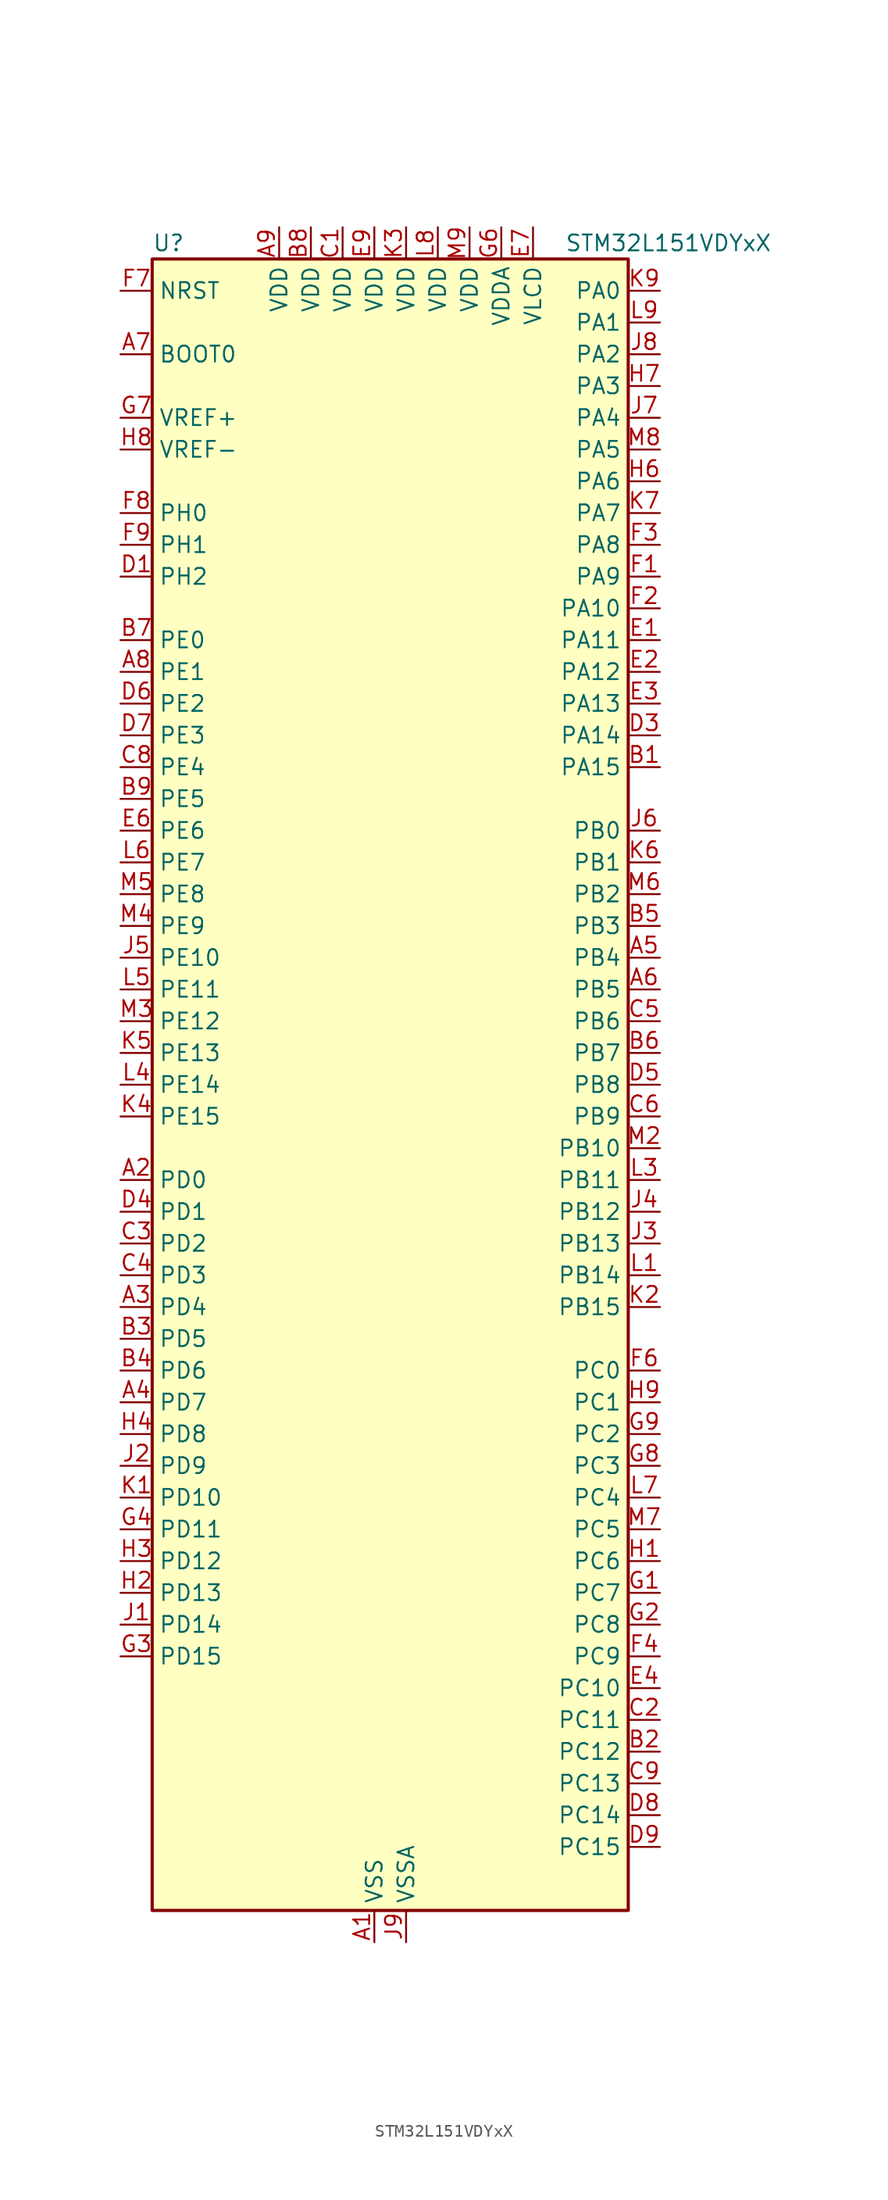
<source format=kicad_sym>
(kicad_symbol_lib
  (version 20231120)
  (generator "kicad-library-utils")
  (generator_version "8.0")
  (symbol "STM32L151VDYxX"
    (property "Reference" "U"
      (at -17.78 67.31 0)
      (effects (font (size 1.27 1.27)) (justify left)))
    (property "Value" "STM32L151VDYxX"
      (at 15.24 67.31 0)
      (effects (font (size 1.27 1.27)) (justify left)))
    (symbol "STM32L151VDYxX_0_1"
      (rectangle (start -17.78 -66.04) (end 20.32 66.04) (stroke (width 0.254) (type default)) (fill (type background))))
    (symbol "STM32L151VDYxX_1_1"
      (pin power_in line (at 0 -68.58 90) (length 2.54) (name "VSS" (effects (font (size 1.27 1.27)))) (number "A1" (effects (font (size 1.27 1.27)))))
      (pin bidirectional line (at -20.32 -7.62 0) (length 2.54) (name "PD0" (effects (font (size 1.27 1.27)))) (number "A2" (effects (font (size 1.27 1.27)))) (alternate "I2S2_WS" bidirectional line) (alternate "SPI2_NSS" bidirectional line) (alternate "TIM9_CH1" bidirectional line) (alternate "TIMX_IC1" bidirectional line))
      (pin bidirectional line (at -20.32 -17.78 0) (length 2.54) (name "PD4" (effects (font (size 1.27 1.27)))) (number "A3" (effects (font (size 1.27 1.27)))) (alternate "I2S2_SD" bidirectional line) (alternate "SPI2_MOSI" bidirectional line) (alternate "TIMX_IC1" bidirectional line) (alternate "USART2_RTS" bidirectional line))
      (pin bidirectional line (at -20.32 -25.4 0) (length 2.54) (name "PD7" (effects (font (size 1.27 1.27)))) (number "A4" (effects (font (size 1.27 1.27)))) (alternate "TIM9_CH2" bidirectional line) (alternate "TIMX_IC4" bidirectional line) (alternate "USART2_CK" bidirectional line))
      (pin bidirectional line (at 22.86 10.16 180) (length 2.54) (name "PB4" (effects (font (size 1.27 1.27)))) (number "A5" (effects (font (size 1.27 1.27)))) (alternate "COMP2_INP" bidirectional line) (alternate "SPI1_MISO" bidirectional line) (alternate "SPI3_MISO" bidirectional line) (alternate "SYS_JTRST" bidirectional line) (alternate "TIM3_CH1" bidirectional line) (alternate "TS_G6_IO1" bidirectional line))
      (pin bidirectional line (at 22.86 7.62 180) (length 2.54) (name "PB5" (effects (font (size 1.27 1.27)))) (number "A6" (effects (font (size 1.27 1.27)))) (alternate "COMP2_INP" bidirectional line) (alternate "I2C1_SMBA" bidirectional line) (alternate "I2S3_SD" bidirectional line) (alternate "SPI1_MOSI" bidirectional line) (alternate "SPI3_MOSI" bidirectional line) (alternate "TIM3_CH2" bidirectional line) (alternate "TS_G6_IO2" bidirectional line))
      (pin input line (at -20.32 58.42 0) (length 2.54) (name "BOOT0" (effects (font (size 1.27 1.27)))) (number "A7" (effects (font (size 1.27 1.27)))))
      (pin bidirectional line (at -20.32 33.02 0) (length 2.54) (name "PE1" (effects (font (size 1.27 1.27)))) (number "A8" (effects (font (size 1.27 1.27)))) (alternate "TIM11_CH1" bidirectional line) (alternate "TIMX_IC2" bidirectional line))
      (pin power_in line (at -7.62 68.58 270) (length 2.54) (name "VDD" (effects (font (size 1.27 1.27)))) (number "A9" (effects (font (size 1.27 1.27)))))
      (pin bidirectional line (at 22.86 25.4 180) (length 2.54) (name "PA15" (effects (font (size 1.27 1.27)))) (number "B1" (effects (font (size 1.27 1.27)))) (alternate "ADC_EXTI15" bidirectional line) (alternate "I2S3_WS" bidirectional line) (alternate "SPI1_NSS" bidirectional line) (alternate "SPI3_NSS" bidirectional line) (alternate "SYS_JTDI" bidirectional line) (alternate "TIM2_CH1" bidirectional line) (alternate "TIM2_ETR" bidirectional line) (alternate "TIMX_IC4" bidirectional line) (alternate "TS_G5_IO3" bidirectional line))
      (pin bidirectional line (at 22.86 -53.34 180) (length 2.54) (name "PC12" (effects (font (size 1.27 1.27)))) (number "B2" (effects (font (size 1.27 1.27)))) (alternate "I2S3_SD" bidirectional line) (alternate "SPI3_MOSI" bidirectional line) (alternate "TIMX_IC1" bidirectional line) (alternate "UART5_TX" bidirectional line) (alternate "USART3_CK" bidirectional line))
      (pin bidirectional line (at -20.32 -20.32 0) (length 2.54) (name "PD5" (effects (font (size 1.27 1.27)))) (number "B3" (effects (font (size 1.27 1.27)))) (alternate "TIMX_IC2" bidirectional line) (alternate "USART2_TX" bidirectional line))
      (pin bidirectional line (at -20.32 -22.86 0) (length 2.54) (name "PD6" (effects (font (size 1.27 1.27)))) (number "B4" (effects (font (size 1.27 1.27)))) (alternate "TIMX_IC3" bidirectional line) (alternate "USART2_RX" bidirectional line))
      (pin bidirectional line (at 22.86 12.7 180) (length 2.54) (name "PB3" (effects (font (size 1.27 1.27)))) (number "B5" (effects (font (size 1.27 1.27)))) (alternate "COMP2_INM" bidirectional line) (alternate "I2S3_CK" bidirectional line) (alternate "SPI1_SCK" bidirectional line) (alternate "SPI3_SCK" bidirectional line) (alternate "SYS_JTDO-TRACESWO" bidirectional line) (alternate "TIM2_CH2" bidirectional line))
      (pin bidirectional line (at 22.86 2.54 180) (length 2.54) (name "PB7" (effects (font (size 1.27 1.27)))) (number "B6" (effects (font (size 1.27 1.27)))) (alternate "COMP2_INP" bidirectional line) (alternate "I2C1_SDA" bidirectional line) (alternate "SYS_PVD_IN" bidirectional line) (alternate "TIM4_CH2" bidirectional line) (alternate "TS_G6_IO4" bidirectional line) (alternate "USART1_RX" bidirectional line))
      (pin bidirectional line (at -20.32 35.56 0) (length 2.54) (name "PE0" (effects (font (size 1.27 1.27)))) (number "B7" (effects (font (size 1.27 1.27)))) (alternate "TIM10_CH1" bidirectional line) (alternate "TIM4_ETR" bidirectional line) (alternate "TIMX_IC1" bidirectional line))
      (pin power_in line (at -5.08 68.58 270) (length 2.54) (name "VDD" (effects (font (size 1.27 1.27)))) (number "B8" (effects (font (size 1.27 1.27)))))
      (pin bidirectional line (at -20.32 22.86 0) (length 2.54) (name "PE5" (effects (font (size 1.27 1.27)))) (number "B9" (effects (font (size 1.27 1.27)))) (alternate "SYS_TRACED2" bidirectional line) (alternate "TIM9_CH1" bidirectional line) (alternate "TIMX_IC2" bidirectional line))
      (pin power_in line (at -2.54 68.58 270) (length 2.54) (name "VDD" (effects (font (size 1.27 1.27)))) (number "C1" (effects (font (size 1.27 1.27)))))
      (pin bidirectional line (at 22.86 -50.8 180) (length 2.54) (name "PC11" (effects (font (size 1.27 1.27)))) (number "C2" (effects (font (size 1.27 1.27)))) (alternate "ADC_EXTI11" bidirectional line) (alternate "SPI3_MISO" bidirectional line) (alternate "TIMX_IC4" bidirectional line) (alternate "UART4_RX" bidirectional line) (alternate "USART3_RX" bidirectional line))
      (pin bidirectional line (at -20.32 -12.7 0) (length 2.54) (name "PD2" (effects (font (size 1.27 1.27)))) (number "C3" (effects (font (size 1.27 1.27)))) (alternate "TIM3_ETR" bidirectional line) (alternate "TIMX_IC3" bidirectional line) (alternate "UART5_RX" bidirectional line))
      (pin bidirectional line (at -20.32 -15.24 0) (length 2.54) (name "PD3" (effects (font (size 1.27 1.27)))) (number "C4" (effects (font (size 1.27 1.27)))) (alternate "SPI2_MISO" bidirectional line) (alternate "TIMX_IC4" bidirectional line) (alternate "USART2_CTS" bidirectional line))
      (pin bidirectional line (at 22.86 5.08 180) (length 2.54) (name "PB6" (effects (font (size 1.27 1.27)))) (number "C5" (effects (font (size 1.27 1.27)))) (alternate "COMP2_INP" bidirectional line) (alternate "I2C1_SCL" bidirectional line) (alternate "TIM4_CH1" bidirectional line) (alternate "TS_G6_IO3" bidirectional line) (alternate "USART1_TX" bidirectional line))
      (pin bidirectional line (at 22.86 -2.54 180) (length 2.54) (name "PB9" (effects (font (size 1.27 1.27)))) (number "C6" (effects (font (size 1.27 1.27)))) (alternate "DAC_EXTI9" bidirectional line) (alternate "I2C1_SDA" bidirectional line) (alternate "TIM11_CH1" bidirectional line) (alternate "TIM4_CH4" bidirectional line))
      (pin passive line (at 0 -68.58 90) (length 2.54) hide (name "VSS" (effects (font (size 1.27 1.27)))) (number "C7" (effects (font (size 1.27 1.27)))))
      (pin bidirectional line (at -20.32 25.4 0) (length 2.54) (name "PE4" (effects (font (size 1.27 1.27)))) (number "C8" (effects (font (size 1.27 1.27)))) (alternate "SYS_TRACED1" bidirectional line) (alternate "TIM3_CH2" bidirectional line) (alternate "TIMX_IC1" bidirectional line))
      (pin bidirectional line (at 22.86 -55.88 180) (length 2.54) (name "PC13" (effects (font (size 1.27 1.27)))) (number "C9" (effects (font (size 1.27 1.27)))) (alternate "RTC_OUT_ALARM" bidirectional line) (alternate "RTC_OUT_CALIB" bidirectional line) (alternate "RTC_TAMP1" bidirectional line) (alternate "RTC_TS" bidirectional line) (alternate "SYS_WKUP2" bidirectional line) (alternate "TIMX_IC2" bidirectional line))
      (pin bidirectional line (at -20.32 40.64 0) (length 2.54) (name "PH2" (effects (font (size 1.27 1.27)))) (number "D1" (effects (font (size 1.27 1.27)))))
      (pin passive line (at 0 -68.58 90) (length 2.54) hide (name "VSS" (effects (font (size 1.27 1.27)))) (number "D2" (effects (font (size 1.27 1.27)))))
      (pin bidirectional line (at 22.86 27.94 180) (length 2.54) (name "PA14" (effects (font (size 1.27 1.27)))) (number "D3" (effects (font (size 1.27 1.27)))) (alternate "SYS_JTCK-SWCLK" bidirectional line) (alternate "TIMX_IC3" bidirectional line) (alternate "TS_G5_IO2" bidirectional line))
      (pin bidirectional line (at -20.32 -10.16 0) (length 2.54) (name "PD1" (effects (font (size 1.27 1.27)))) (number "D4" (effects (font (size 1.27 1.27)))) (alternate "I2S2_CK" bidirectional line) (alternate "SPI2_SCK" bidirectional line) (alternate "TIMX_IC2" bidirectional line))
      (pin bidirectional line (at 22.86 0 180) (length 2.54) (name "PB8" (effects (font (size 1.27 1.27)))) (number "D5" (effects (font (size 1.27 1.27)))) (alternate "I2C1_SCL" bidirectional line) (alternate "TIM10_CH1" bidirectional line) (alternate "TIM4_CH3" bidirectional line))
      (pin bidirectional line (at -20.32 30.48 0) (length 2.54) (name "PE2" (effects (font (size 1.27 1.27)))) (number "D6" (effects (font (size 1.27 1.27)))) (alternate "SYS_TRACECK" bidirectional line) (alternate "TIM3_ETR" bidirectional line) (alternate "TIMX_IC3" bidirectional line))
      (pin bidirectional line (at -20.32 27.94 0) (length 2.54) (name "PE3" (effects (font (size 1.27 1.27)))) (number "D7" (effects (font (size 1.27 1.27)))) (alternate "SYS_TRACED0" bidirectional line) (alternate "TIM3_CH1" bidirectional line) (alternate "TIMX_IC4" bidirectional line))
      (pin bidirectional line (at 22.86 -58.42 180) (length 2.54) (name "PC14" (effects (font (size 1.27 1.27)))) (number "D8" (effects (font (size 1.27 1.27)))) (alternate "RCC_OSC32_IN" bidirectional line) (alternate "TIMX_IC3" bidirectional line))
      (pin bidirectional line (at 22.86 -60.96 180) (length 2.54) (name "PC15" (effects (font (size 1.27 1.27)))) (number "D9" (effects (font (size 1.27 1.27)))) (alternate "ADC_EXTI15" bidirectional line) (alternate "RCC_OSC32_OUT" bidirectional line) (alternate "TIMX_IC4" bidirectional line))
      (pin bidirectional line (at 22.86 35.56 180) (length 2.54) (name "PA11" (effects (font (size 1.27 1.27)))) (number "E1" (effects (font (size 1.27 1.27)))) (alternate "ADC_EXTI11" bidirectional line) (alternate "SPI1_MISO" bidirectional line) (alternate "TIMX_IC4" bidirectional line) (alternate "USART1_CTS" bidirectional line) (alternate "USB_DM" bidirectional line))
      (pin bidirectional line (at 22.86 33.02 180) (length 2.54) (name "PA12" (effects (font (size 1.27 1.27)))) (number "E2" (effects (font (size 1.27 1.27)))) (alternate "SPI1_MOSI" bidirectional line) (alternate "TIMX_IC1" bidirectional line) (alternate "USART1_RTS" bidirectional line) (alternate "USB_DP" bidirectional line))
      (pin bidirectional line (at 22.86 30.48 180) (length 2.54) (name "PA13" (effects (font (size 1.27 1.27)))) (number "E3" (effects (font (size 1.27 1.27)))) (alternate "SYS_JTMS-SWDIO" bidirectional line) (alternate "TIMX_IC2" bidirectional line) (alternate "TS_G5_IO1" bidirectional line))
      (pin bidirectional line (at 22.86 -48.26 180) (length 2.54) (name "PC10" (effects (font (size 1.27 1.27)))) (number "E4" (effects (font (size 1.27 1.27)))) (alternate "I2S3_CK" bidirectional line) (alternate "SPI3_SCK" bidirectional line) (alternate "TIMX_IC3" bidirectional line) (alternate "UART4_TX" bidirectional line) (alternate "USART3_TX" bidirectional line))
      (pin bidirectional line (at -20.32 20.32 0) (length 2.54) (name "PE6" (effects (font (size 1.27 1.27)))) (number "E6" (effects (font (size 1.27 1.27)))) (alternate "RTC_TAMP3" bidirectional line) (alternate "SYS_TRACED3" bidirectional line) (alternate "SYS_WKUP3" bidirectional line) (alternate "TIM9_CH2" bidirectional line) (alternate "TIMX_IC3" bidirectional line))
      (pin power_in line (at 12.7 68.58 270) (length 2.54) (name "VLCD" (effects (font (size 1.27 1.27)))) (number "E7" (effects (font (size 1.27 1.27)))))
      (pin passive line (at 0 -68.58 90) (length 2.54) hide (name "VSS" (effects (font (size 1.27 1.27)))) (number "E8" (effects (font (size 1.27 1.27)))))
      (pin power_in line (at 0 68.58 270) (length 2.54) (name "VDD" (effects (font (size 1.27 1.27)))) (number "E9" (effects (font (size 1.27 1.27)))))
      (pin bidirectional line (at 22.86 40.64 180) (length 2.54) (name "PA9" (effects (font (size 1.27 1.27)))) (number "F1" (effects (font (size 1.27 1.27)))) (alternate "DAC_EXTI9" bidirectional line) (alternate "TIMX_IC2" bidirectional line) (alternate "TS_G4_IO2" bidirectional line) (alternate "USART1_TX" bidirectional line))
      (pin bidirectional line (at 22.86 38.1 180) (length 2.54) (name "PA10" (effects (font (size 1.27 1.27)))) (number "F2" (effects (font (size 1.27 1.27)))) (alternate "TIMX_IC3" bidirectional line) (alternate "TS_G4_IO3" bidirectional line) (alternate "USART1_RX" bidirectional line))
      (pin bidirectional line (at 22.86 43.18 180) (length 2.54) (name "PA8" (effects (font (size 1.27 1.27)))) (number "F3" (effects (font (size 1.27 1.27)))) (alternate "RCC_MCO" bidirectional line) (alternate "TIMX_IC1" bidirectional line) (alternate "TS_G4_IO1" bidirectional line) (alternate "USART1_CK" bidirectional line))
      (pin bidirectional line (at 22.86 -45.72 180) (length 2.54) (name "PC9" (effects (font (size 1.27 1.27)))) (number "F4" (effects (font (size 1.27 1.27)))) (alternate "DAC_EXTI9" bidirectional line) (alternate "TIM3_CH4" bidirectional line) (alternate "TIMX_IC2" bidirectional line) (alternate "TS_G10_IO4" bidirectional line))
      (pin bidirectional line (at 22.86 -22.86 180) (length 2.54) (name "PC0" (effects (font (size 1.27 1.27)))) (number "F6" (effects (font (size 1.27 1.27)))) (alternate "ADC_IN10" bidirectional line) (alternate "COMP1_INP" bidirectional line) (alternate "TIMX_IC1" bidirectional line) (alternate "TS_G8_IO1" bidirectional line))
      (pin input line (at -20.32 63.5 0) (length 2.54) (name "NRST" (effects (font (size 1.27 1.27)))) (number "F7" (effects (font (size 1.27 1.27)))))
      (pin bidirectional line (at -20.32 45.72 0) (length 2.54) (name "PH0" (effects (font (size 1.27 1.27)))) (number "F8" (effects (font (size 1.27 1.27)))) (alternate "RCC_OSC_IN" bidirectional line))
      (pin bidirectional line (at -20.32 43.18 0) (length 2.54) (name "PH1" (effects (font (size 1.27 1.27)))) (number "F9" (effects (font (size 1.27 1.27)))) (alternate "RCC_OSC_OUT" bidirectional line))
      (pin bidirectional line (at 22.86 -40.64 180) (length 2.54) (name "PC7" (effects (font (size 1.27 1.27)))) (number "G1" (effects (font (size 1.27 1.27)))) (alternate "I2S3_MCK" bidirectional line) (alternate "TIM3_CH2" bidirectional line) (alternate "TIMX_IC4" bidirectional line) (alternate "TS_G10_IO2" bidirectional line))
      (pin bidirectional line (at 22.86 -43.18 180) (length 2.54) (name "PC8" (effects (font (size 1.27 1.27)))) (number "G2" (effects (font (size 1.27 1.27)))) (alternate "TIM3_CH3" bidirectional line) (alternate "TIMX_IC1" bidirectional line) (alternate "TS_G10_IO3" bidirectional line))
      (pin bidirectional line (at -20.32 -45.72 0) (length 2.54) (name "PD15" (effects (font (size 1.27 1.27)))) (number "G3" (effects (font (size 1.27 1.27)))) (alternate "ADC_EXTI15" bidirectional line) (alternate "TIM4_CH4" bidirectional line) (alternate "TIMX_IC4" bidirectional line))
      (pin bidirectional line (at -20.32 -35.56 0) (length 2.54) (name "PD11" (effects (font (size 1.27 1.27)))) (number "G4" (effects (font (size 1.27 1.27)))) (alternate "ADC_EXTI11" bidirectional line) (alternate "TIMX_IC4" bidirectional line) (alternate "USART3_CTS" bidirectional line))
      (pin power_in line (at 10.16 68.58 270) (length 2.54) (name "VDDA" (effects (font (size 1.27 1.27)))) (number "G6" (effects (font (size 1.27 1.27)))))
      (pin input line (at -20.32 53.34 0) (length 2.54) (name "VREF+" (effects (font (size 1.27 1.27)))) (number "G7" (effects (font (size 1.27 1.27)))))
      (pin bidirectional line (at 22.86 -30.48 180) (length 2.54) (name "PC3" (effects (font (size 1.27 1.27)))) (number "G8" (effects (font (size 1.27 1.27)))) (alternate "ADC_IN13" bidirectional line) (alternate "COMP1_INP" bidirectional line) (alternate "TIMX_IC4" bidirectional line) (alternate "TS_G8_IO4" bidirectional line))
      (pin bidirectional line (at 22.86 -27.94 180) (length 2.54) (name "PC2" (effects (font (size 1.27 1.27)))) (number "G9" (effects (font (size 1.27 1.27)))) (alternate "ADC_IN12" bidirectional line) (alternate "COMP1_INP" bidirectional line) (alternate "TIMX_IC3" bidirectional line) (alternate "TS_G8_IO3" bidirectional line))
      (pin bidirectional line (at 22.86 -38.1 180) (length 2.54) (name "PC6" (effects (font (size 1.27 1.27)))) (number "H1" (effects (font (size 1.27 1.27)))) (alternate "I2S2_MCK" bidirectional line) (alternate "TIM3_CH1" bidirectional line) (alternate "TIMX_IC3" bidirectional line) (alternate "TS_G10_IO1" bidirectional line))
      (pin bidirectional line (at -20.32 -40.64 0) (length 2.54) (name "PD13" (effects (font (size 1.27 1.27)))) (number "H2" (effects (font (size 1.27 1.27)))) (alternate "TIM4_CH2" bidirectional line) (alternate "TIMX_IC2" bidirectional line))
      (pin bidirectional line (at -20.32 -38.1 0) (length 2.54) (name "PD12" (effects (font (size 1.27 1.27)))) (number "H3" (effects (font (size 1.27 1.27)))) (alternate "TIM4_CH1" bidirectional line) (alternate "TIMX_IC1" bidirectional line) (alternate "USART3_RTS" bidirectional line))
      (pin bidirectional line (at -20.32 -27.94 0) (length 2.54) (name "PD8" (effects (font (size 1.27 1.27)))) (number "H4" (effects (font (size 1.27 1.27)))) (alternate "TIMX_IC1" bidirectional line) (alternate "USART3_TX" bidirectional line))
      (pin bidirectional line (at 22.86 48.26 180) (length 2.54) (name "PA6" (effects (font (size 1.27 1.27)))) (number "H6" (effects (font (size 1.27 1.27)))) (alternate "ADC_IN6" bidirectional line) (alternate "COMP1_INP" bidirectional line) (alternate "OPAMP2_VINP" bidirectional line) (alternate "SPI1_MISO" bidirectional line) (alternate "TIM10_CH1" bidirectional line) (alternate "TIM3_CH1" bidirectional line) (alternate "TIMX_IC3" bidirectional line) (alternate "TS_G2_IO1" bidirectional line))
      (pin bidirectional line (at 22.86 55.88 180) (length 2.54) (name "PA3" (effects (font (size 1.27 1.27)))) (number "H7" (effects (font (size 1.27 1.27)))) (alternate "ADC_IN3" bidirectional line) (alternate "COMP1_INP" bidirectional line) (alternate "OPAMP1_VOUT" bidirectional line) (alternate "TIM2_CH4" bidirectional line) (alternate "TIM5_CH4" bidirectional line) (alternate "TIM9_CH2" bidirectional line) (alternate "TIMX_IC4" bidirectional line) (alternate "TS_G1_IO4" bidirectional line) (alternate "USART2_RX" bidirectional line))
      (pin input line (at -20.32 50.8 0) (length 2.54) (name "VREF-" (effects (font (size 1.27 1.27)))) (number "H8" (effects (font (size 1.27 1.27)))))
      (pin bidirectional line (at 22.86 -25.4 180) (length 2.54) (name "PC1" (effects (font (size 1.27 1.27)))) (number "H9" (effects (font (size 1.27 1.27)))) (alternate "ADC_IN11" bidirectional line) (alternate "COMP1_INP" bidirectional line) (alternate "TIMX_IC2" bidirectional line) (alternate "TS_G8_IO2" bidirectional line))
      (pin bidirectional line (at -20.32 -43.18 0) (length 2.54) (name "PD14" (effects (font (size 1.27 1.27)))) (number "J1" (effects (font (size 1.27 1.27)))) (alternate "TIM4_CH3" bidirectional line) (alternate "TIMX_IC3" bidirectional line))
      (pin bidirectional line (at -20.32 -30.48 0) (length 2.54) (name "PD9" (effects (font (size 1.27 1.27)))) (number "J2" (effects (font (size 1.27 1.27)))) (alternate "DAC_EXTI9" bidirectional line) (alternate "TIMX_IC2" bidirectional line) (alternate "USART3_RX" bidirectional line))
      (pin bidirectional line (at 22.86 -12.7 180) (length 2.54) (name "PB13" (effects (font (size 1.27 1.27)))) (number "J3" (effects (font (size 1.27 1.27)))) (alternate "ADC_IN19" bidirectional line) (alternate "COMP1_INP" bidirectional line) (alternate "I2S2_CK" bidirectional line) (alternate "SPI2_SCK" bidirectional line) (alternate "TIM9_CH1" bidirectional line) (alternate "TS_G7_IO2" bidirectional line) (alternate "USART3_CTS" bidirectional line))
      (pin bidirectional line (at 22.86 -10.16 180) (length 2.54) (name "PB12" (effects (font (size 1.27 1.27)))) (number "J4" (effects (font (size 1.27 1.27)))) (alternate "ADC_IN18" bidirectional line) (alternate "COMP1_INP" bidirectional line) (alternate "I2C2_SMBA" bidirectional line) (alternate "I2S2_WS" bidirectional line) (alternate "SPI2_NSS" bidirectional line) (alternate "TIM10_CH1" bidirectional line) (alternate "TS_G7_IO1" bidirectional line) (alternate "USART3_CK" bidirectional line))
      (pin bidirectional line (at -20.32 10.16 0) (length 2.54) (name "PE10" (effects (font (size 1.27 1.27)))) (number "J5" (effects (font (size 1.27 1.27)))) (alternate "ADC_IN25" bidirectional line) (alternate "COMP1_INP" bidirectional line) (alternate "TIM2_CH2" bidirectional line) (alternate "TIMX_IC3" bidirectional line))
      (pin bidirectional line (at 22.86 20.32 180) (length 2.54) (name "PB0" (effects (font (size 1.27 1.27)))) (number "J6" (effects (font (size 1.27 1.27)))) (alternate "ADC_IN8" bidirectional line) (alternate "COMP1_INP" bidirectional line) (alternate "OPAMP2_VOUT" bidirectional line) (alternate "SYS_V_REF_OUT" bidirectional line) (alternate "TIM3_CH3" bidirectional line) (alternate "TS_G3_IO1" bidirectional line))
      (pin bidirectional line (at 22.86 53.34 180) (length 2.54) (name "PA4" (effects (font (size 1.27 1.27)))) (number "J7" (effects (font (size 1.27 1.27)))) (alternate "ADC_IN4" bidirectional line) (alternate "COMP1_INP" bidirectional line) (alternate "DAC_OUT1" bidirectional line) (alternate "I2S3_WS" bidirectional line) (alternate "SPI1_NSS" bidirectional line) (alternate "SPI3_NSS" bidirectional line) (alternate "TIMX_IC1" bidirectional line) (alternate "USART2_CK" bidirectional line))
      (pin bidirectional line (at 22.86 58.42 180) (length 2.54) (name "PA2" (effects (font (size 1.27 1.27)))) (number "J8" (effects (font (size 1.27 1.27)))) (alternate "ADC_IN2" bidirectional line) (alternate "COMP1_INP" bidirectional line) (alternate "OPAMP1_VINM" bidirectional line) (alternate "TIM2_CH3" bidirectional line) (alternate "TIM5_CH3" bidirectional line) (alternate "TIM9_CH1" bidirectional line) (alternate "TIMX_IC3" bidirectional line) (alternate "TS_G1_IO3" bidirectional line) (alternate "USART2_TX" bidirectional line))
      (pin power_in line (at 2.54 -68.58 90) (length 2.54) (name "VSSA" (effects (font (size 1.27 1.27)))) (number "J9" (effects (font (size 1.27 1.27)))))
      (pin bidirectional line (at -20.32 -33.02 0) (length 2.54) (name "PD10" (effects (font (size 1.27 1.27)))) (number "K1" (effects (font (size 1.27 1.27)))) (alternate "TIMX_IC3" bidirectional line) (alternate "USART3_CK" bidirectional line))
      (pin bidirectional line (at 22.86 -17.78 180) (length 2.54) (name "PB15" (effects (font (size 1.27 1.27)))) (number "K2" (effects (font (size 1.27 1.27)))) (alternate "ADC_EXTI15" bidirectional line) (alternate "ADC_IN21" bidirectional line) (alternate "COMP1_INP" bidirectional line) (alternate "I2S2_SD" bidirectional line) (alternate "RTC_REFIN" bidirectional line) (alternate "SPI2_MOSI" bidirectional line) (alternate "TIM11_CH1" bidirectional line) (alternate "TS_G7_IO4" bidirectional line))
      (pin power_in line (at 2.54 68.58 270) (length 2.54) (name "VDD" (effects (font (size 1.27 1.27)))) (number "K3" (effects (font (size 1.27 1.27)))))
      (pin bidirectional line (at -20.32 -2.54 0) (length 2.54) (name "PE15" (effects (font (size 1.27 1.27)))) (number "K4" (effects (font (size 1.27 1.27)))) (alternate "ADC_EXTI15" bidirectional line) (alternate "SPI1_MOSI" bidirectional line) (alternate "TIMX_IC4" bidirectional line))
      (pin bidirectional line (at -20.32 2.54 0) (length 2.54) (name "PE13" (effects (font (size 1.27 1.27)))) (number "K5" (effects (font (size 1.27 1.27)))) (alternate "SPI1_SCK" bidirectional line) (alternate "TIMX_IC2" bidirectional line))
      (pin bidirectional line (at 22.86 17.78 180) (length 2.54) (name "PB1" (effects (font (size 1.27 1.27)))) (number "K6" (effects (font (size 1.27 1.27)))) (alternate "ADC_IN9" bidirectional line) (alternate "COMP1_INP" bidirectional line) (alternate "SYS_V_REF_OUT" bidirectional line) (alternate "TIM3_CH4" bidirectional line) (alternate "TS_G3_IO2" bidirectional line))
      (pin bidirectional line (at 22.86 45.72 180) (length 2.54) (name "PA7" (effects (font (size 1.27 1.27)))) (number "K7" (effects (font (size 1.27 1.27)))) (alternate "ADC_IN7" bidirectional line) (alternate "COMP1_INP" bidirectional line) (alternate "OPAMP2_VINM" bidirectional line) (alternate "SPI1_MOSI" bidirectional line) (alternate "TIM11_CH1" bidirectional line) (alternate "TIM3_CH2" bidirectional line) (alternate "TIMX_IC4" bidirectional line) (alternate "TS_G2_IO2" bidirectional line))
      (pin passive line (at 0 -68.58 90) (length 2.54) hide (name "VSS" (effects (font (size 1.27 1.27)))) (number "K8" (effects (font (size 1.27 1.27)))))
      (pin bidirectional line (at 22.86 63.5 180) (length 2.54) (name "PA0" (effects (font (size 1.27 1.27)))) (number "K9" (effects (font (size 1.27 1.27)))) (alternate "ADC_IN0" bidirectional line) (alternate "COMP1_INP" bidirectional line) (alternate "RTC_TAMP2" bidirectional line) (alternate "SYS_WKUP1" bidirectional line) (alternate "TIM2_CH1" bidirectional line) (alternate "TIM2_ETR" bidirectional line) (alternate "TIM5_CH1" bidirectional line) (alternate "TIMX_IC1" bidirectional line) (alternate "TS_G1_IO1" bidirectional line) (alternate "USART2_CTS" bidirectional line))
      (pin bidirectional line (at 22.86 -15.24 180) (length 2.54) (name "PB14" (effects (font (size 1.27 1.27)))) (number "L1" (effects (font (size 1.27 1.27)))) (alternate "ADC_IN20" bidirectional line) (alternate "COMP1_INP" bidirectional line) (alternate "SPI2_MISO" bidirectional line) (alternate "TIM9_CH2" bidirectional line) (alternate "TS_G7_IO3" bidirectional line) (alternate "USART3_RTS" bidirectional line))
      (pin passive line (at 0 -68.58 90) (length 2.54) hide (name "VSS" (effects (font (size 1.27 1.27)))) (number "L2" (effects (font (size 1.27 1.27)))))
      (pin bidirectional line (at 22.86 -7.62 180) (length 2.54) (name "PB11" (effects (font (size 1.27 1.27)))) (number "L3" (effects (font (size 1.27 1.27)))) (alternate "ADC_EXTI11" bidirectional line) (alternate "I2C2_SDA" bidirectional line) (alternate "TIM2_CH4" bidirectional line) (alternate "USART3_RX" bidirectional line))
      (pin bidirectional line (at -20.32 0 0) (length 2.54) (name "PE14" (effects (font (size 1.27 1.27)))) (number "L4" (effects (font (size 1.27 1.27)))) (alternate "SPI1_MISO" bidirectional line) (alternate "TIMX_IC3" bidirectional line))
      (pin bidirectional line (at -20.32 7.62 0) (length 2.54) (name "PE11" (effects (font (size 1.27 1.27)))) (number "L5" (effects (font (size 1.27 1.27)))) (alternate "ADC_EXTI11" bidirectional line) (alternate "TIM2_CH3" bidirectional line) (alternate "TIMX_IC4" bidirectional line))
      (pin bidirectional line (at -20.32 17.78 0) (length 2.54) (name "PE7" (effects (font (size 1.27 1.27)))) (number "L6" (effects (font (size 1.27 1.27)))) (alternate "ADC_IN22" bidirectional line) (alternate "COMP1_INP" bidirectional line) (alternate "TIMX_IC4" bidirectional line))
      (pin bidirectional line (at 22.86 -33.02 180) (length 2.54) (name "PC4" (effects (font (size 1.27 1.27)))) (number "L7" (effects (font (size 1.27 1.27)))) (alternate "ADC_IN14" bidirectional line) (alternate "COMP1_INP" bidirectional line) (alternate "TIMX_IC1" bidirectional line) (alternate "TS_G9_IO1" bidirectional line))
      (pin power_in line (at 5.08 68.58 270) (length 2.54) (name "VDD" (effects (font (size 1.27 1.27)))) (number "L8" (effects (font (size 1.27 1.27)))))
      (pin bidirectional line (at 22.86 60.96 180) (length 2.54) (name "PA1" (effects (font (size 1.27 1.27)))) (number "L9" (effects (font (size 1.27 1.27)))) (alternate "ADC_IN1" bidirectional line) (alternate "COMP1_INP" bidirectional line) (alternate "OPAMP1_VINP" bidirectional line) (alternate "TIM2_CH2" bidirectional line) (alternate "TIM5_CH2" bidirectional line) (alternate "TIMX_IC2" bidirectional line) (alternate "TS_G1_IO2" bidirectional line) (alternate "USART2_RTS" bidirectional line))
      (pin passive line (at 0 -68.58 90) (length 2.54) hide (name "VSS" (effects (font (size 1.27 1.27)))) (number "M1" (effects (font (size 1.27 1.27)))))
      (pin bidirectional line (at 22.86 -5.08 180) (length 2.54) (name "PB10" (effects (font (size 1.27 1.27)))) (number "M2" (effects (font (size 1.27 1.27)))) (alternate "I2C2_SCL" bidirectional line) (alternate "TIM2_CH3" bidirectional line) (alternate "USART3_TX" bidirectional line))
      (pin bidirectional line (at -20.32 5.08 0) (length 2.54) (name "PE12" (effects (font (size 1.27 1.27)))) (number "M3" (effects (font (size 1.27 1.27)))) (alternate "SPI1_NSS" bidirectional line) (alternate "TIM2_CH4" bidirectional line) (alternate "TIMX_IC1" bidirectional line))
      (pin bidirectional line (at -20.32 12.7 0) (length 2.54) (name "PE9" (effects (font (size 1.27 1.27)))) (number "M4" (effects (font (size 1.27 1.27)))) (alternate "ADC_IN24" bidirectional line) (alternate "COMP1_INP" bidirectional line) (alternate "DAC_EXTI9" bidirectional line) (alternate "TIM2_CH1" bidirectional line) (alternate "TIM2_ETR" bidirectional line) (alternate "TIMX_IC2" bidirectional line))
      (pin bidirectional line (at -20.32 15.24 0) (length 2.54) (name "PE8" (effects (font (size 1.27 1.27)))) (number "M5" (effects (font (size 1.27 1.27)))) (alternate "ADC_IN23" bidirectional line) (alternate "COMP1_INP" bidirectional line) (alternate "TIMX_IC1" bidirectional line))
      (pin bidirectional line (at 22.86 15.24 180) (length 2.54) (name "PB2" (effects (font (size 1.27 1.27)))) (number "M6" (effects (font (size 1.27 1.27)))) (alternate "ADC_IN0b" bidirectional line) (alternate "TS_G3_IO3" bidirectional line))
      (pin bidirectional line (at 22.86 -35.56 180) (length 2.54) (name "PC5" (effects (font (size 1.27 1.27)))) (number "M7" (effects (font (size 1.27 1.27)))) (alternate "ADC_IN15" bidirectional line) (alternate "COMP1_INP" bidirectional line) (alternate "TIMX_IC2" bidirectional line) (alternate "TS_G9_IO2" bidirectional line))
      (pin bidirectional line (at 22.86 50.8 180) (length 2.54) (name "PA5" (effects (font (size 1.27 1.27)))) (number "M8" (effects (font (size 1.27 1.27)))) (alternate "ADC_IN5" bidirectional line) (alternate "COMP1_INP" bidirectional line) (alternate "DAC_OUT2" bidirectional line) (alternate "SPI1_SCK" bidirectional line) (alternate "TIM2_CH1" bidirectional line) (alternate "TIM2_ETR" bidirectional line) (alternate "TIMX_IC2" bidirectional line))
      (pin power_in line (at 7.62 68.58 270) (length 2.54) (name "VDD" (effects (font (size 1.27 1.27)))) (number "M9" (effects (font (size 1.27 1.27))))))))
</source>
